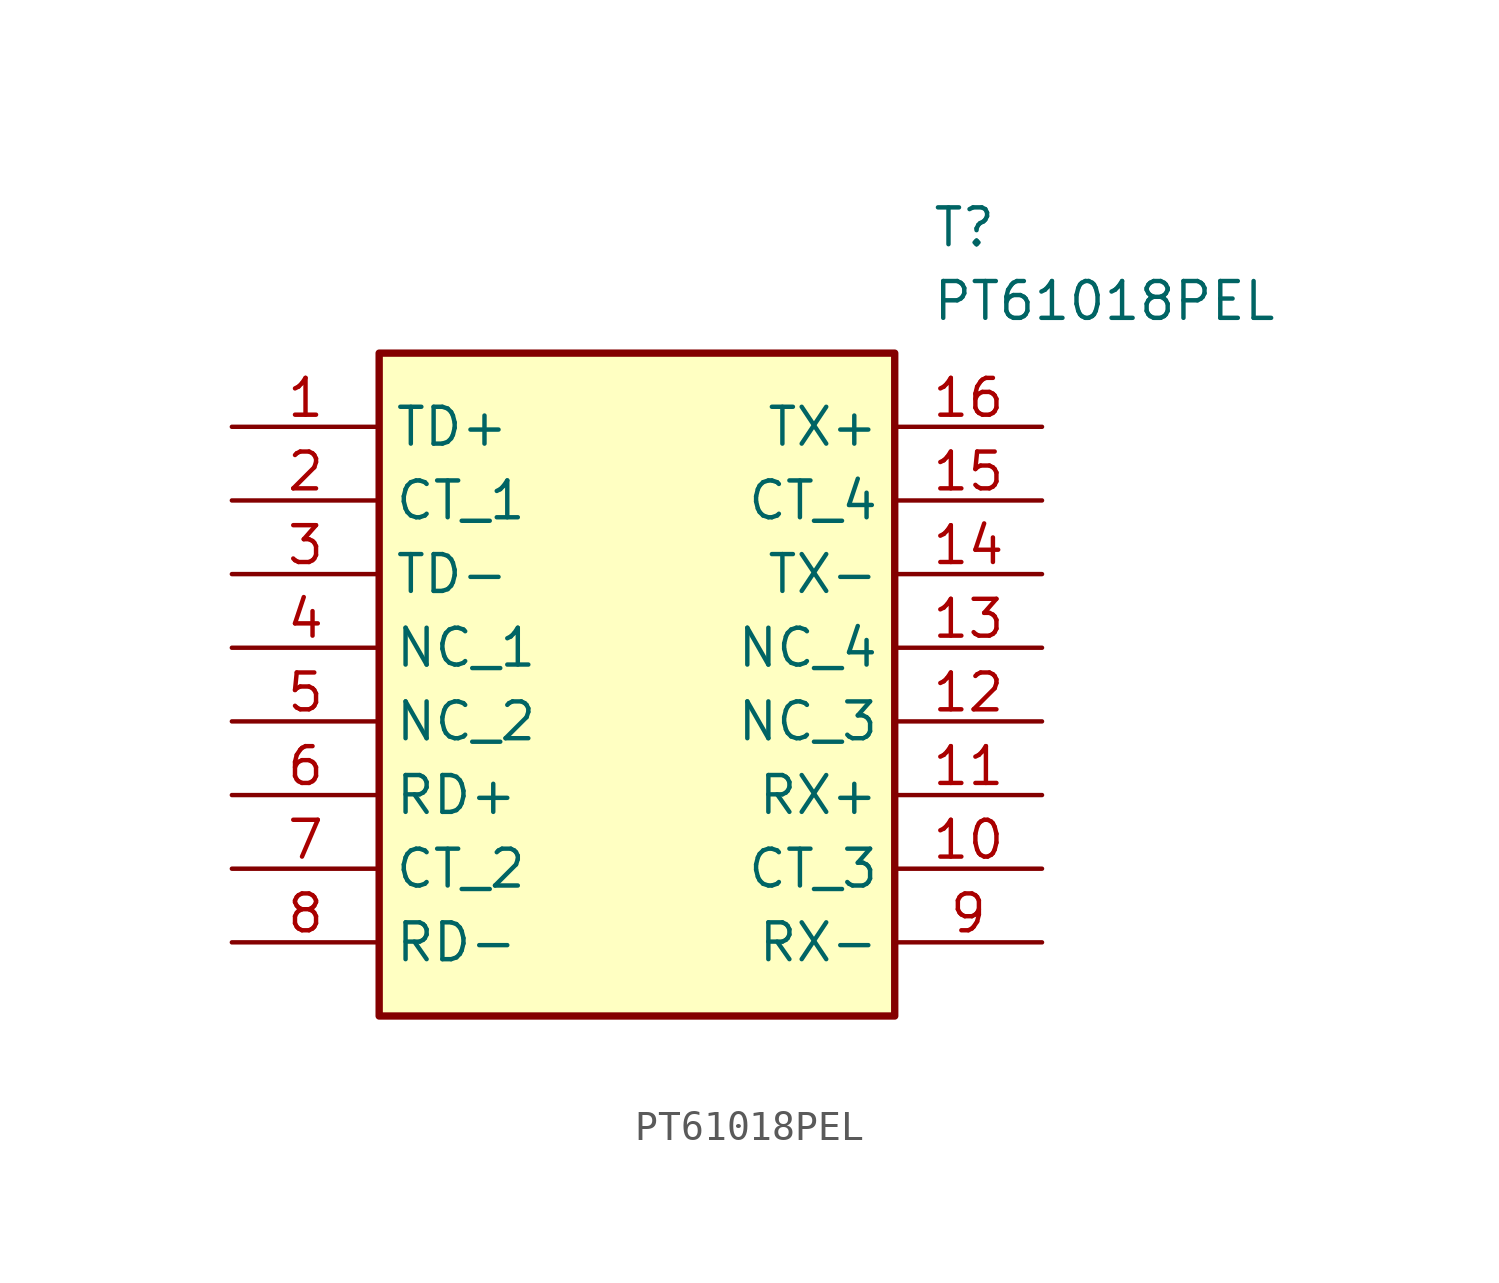
<source format=kicad_sym>
(kicad_symbol_lib
  (version 20211014)
  (generator SamacSys_ECAD_Model)
  (symbol "PT61018PEL"
    (property "Reference" "T"
      (at 24.13 7.62 0)
      (effects (font (size 1.27 1.27)) (justify left top)))
    (property "Value" "PT61018PEL"
      (at 24.13 5.08 0)
      (effects (font (size 1.27 1.27)) (justify left top)))
    (rectangle
      (start 5.08 2.54)
      (end 22.86 -20.32)
      (stroke (width 0.254) (type default))
      (fill (type background)))
    (pin passive line
      (at 0 0 0)
      (length 5.08)
      (name "TD+" (effects (font (size 1.27 1.27))))
      (number "1" (effects (font (size 1.27 1.27)))))
    (pin passive line
      (at 0 -2.54 0)
      (length 5.08)
      (name "CT_1" (effects (font (size 1.27 1.27))))
      (number "2" (effects (font (size 1.27 1.27)))))
    (pin passive line
      (at 0 -5.08 0)
      (length 5.08)
      (name "TD-" (effects (font (size 1.27 1.27))))
      (number "3" (effects (font (size 1.27 1.27)))))
    (pin passive line
      (at 0 -7.62 0)
      (length 5.08)
      (name "NC_1" (effects (font (size 1.27 1.27))))
      (number "4" (effects (font (size 1.27 1.27)))))
    (pin passive line
      (at 0 -10.16 0)
      (length 5.08)
      (name "NC_2" (effects (font (size 1.27 1.27))))
      (number "5" (effects (font (size 1.27 1.27)))))
    (pin passive line
      (at 0 -12.7 0)
      (length 5.08)
      (name "RD+" (effects (font (size 1.27 1.27))))
      (number "6" (effects (font (size 1.27 1.27)))))
    (pin passive line
      (at 0 -15.24 0)
      (length 5.08)
      (name "CT_2" (effects (font (size 1.27 1.27))))
      (number "7" (effects (font (size 1.27 1.27)))))
    (pin passive line
      (at 0 -17.78 0)
      (length 5.08)
      (name "RD-" (effects (font (size 1.27 1.27))))
      (number "8" (effects (font (size 1.27 1.27)))))
    (pin passive line
      (at 27.94 0 180)
      (length 5.08)
      (name "TX+" (effects (font (size 1.27 1.27))))
      (number "16" (effects (font (size 1.27 1.27)))))
    (pin passive line
      (at 27.94 -2.54 180)
      (length 5.08)
      (name "CT_4" (effects (font (size 1.27 1.27))))
      (number "15" (effects (font (size 1.27 1.27)))))
    (pin passive line
      (at 27.94 -5.08 180)
      (length 5.08)
      (name "TX-" (effects (font (size 1.27 1.27))))
      (number "14" (effects (font (size 1.27 1.27)))))
    (pin passive line
      (at 27.94 -7.62 180)
      (length 5.08)
      (name "NC_4" (effects (font (size 1.27 1.27))))
      (number "13" (effects (font (size 1.27 1.27)))))
    (pin passive line
      (at 27.94 -10.16 180)
      (length 5.08)
      (name "NC_3" (effects (font (size 1.27 1.27))))
      (number "12" (effects (font (size 1.27 1.27)))))
    (pin passive line
      (at 27.94 -12.7 180)
      (length 5.08)
      (name "RX+" (effects (font (size 1.27 1.27))))
      (number "11" (effects (font (size 1.27 1.27)))))
    (pin passive line
      (at 27.94 -15.24 180)
      (length 5.08)
      (name "CT_3" (effects (font (size 1.27 1.27))))
      (number "10" (effects (font (size 1.27 1.27)))))
    (pin passive line
      (at 27.94 -17.78 180)
      (length 5.08)
      (name "RX-" (effects (font (size 1.27 1.27))))
      (number "9" (effects (font (size 1.27 1.27)))))))
</source>
